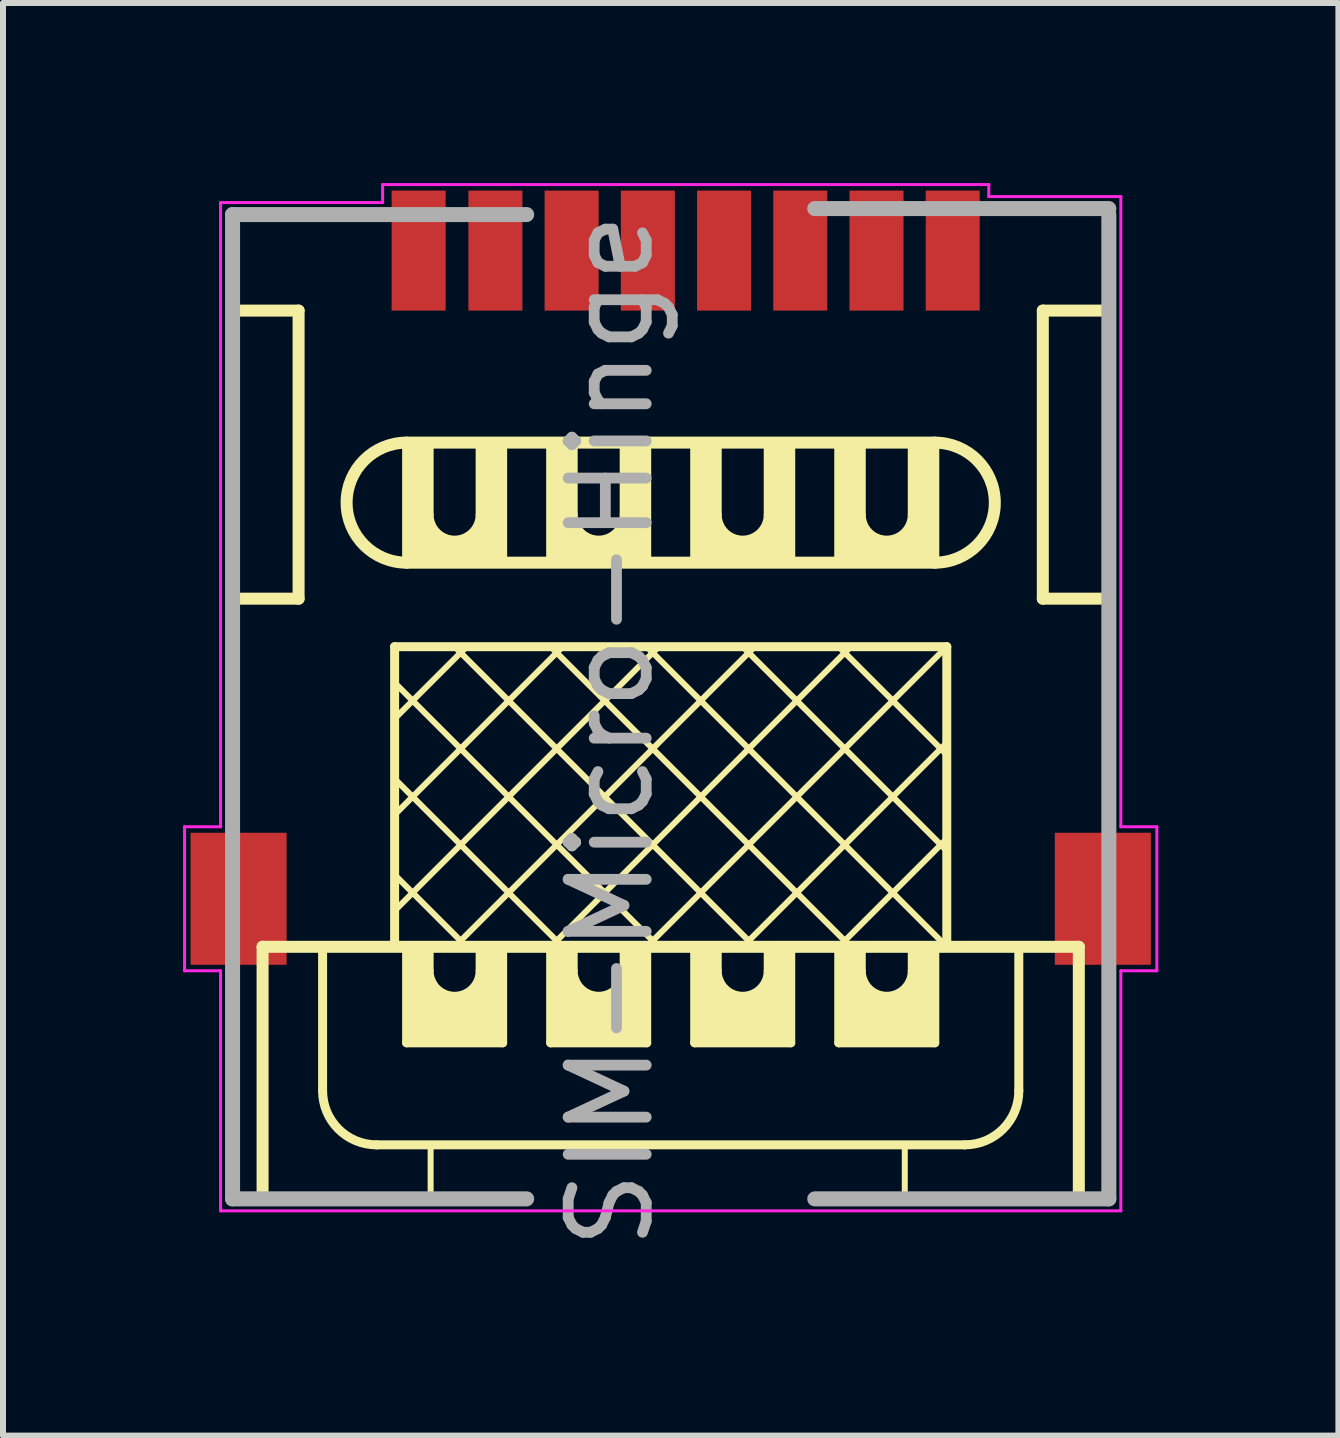
<source format=kicad_pcb>
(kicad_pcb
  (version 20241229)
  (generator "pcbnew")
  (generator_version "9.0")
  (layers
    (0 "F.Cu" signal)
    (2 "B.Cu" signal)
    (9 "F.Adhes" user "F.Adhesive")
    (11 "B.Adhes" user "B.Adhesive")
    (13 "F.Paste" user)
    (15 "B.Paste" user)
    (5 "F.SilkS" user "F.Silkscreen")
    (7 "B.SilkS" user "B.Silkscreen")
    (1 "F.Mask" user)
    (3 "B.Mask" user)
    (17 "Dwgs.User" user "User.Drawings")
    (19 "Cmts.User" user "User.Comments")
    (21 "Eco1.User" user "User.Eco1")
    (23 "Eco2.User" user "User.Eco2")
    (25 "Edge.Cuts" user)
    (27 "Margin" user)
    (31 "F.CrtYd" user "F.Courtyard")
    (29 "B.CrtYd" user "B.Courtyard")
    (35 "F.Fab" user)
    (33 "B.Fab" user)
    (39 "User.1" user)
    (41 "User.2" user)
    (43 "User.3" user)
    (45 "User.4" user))
  (footprint "SIM-Micro-Hinge"
    (layer "F.Cu")
    (at 8.125 1.125)
    (property "Reference" "SIM-Micro-Hinge" (at -1 8 90) (layer "F.Fab") (effects (font (size 1.3 1.3) (thickness 0.18))))
    (attr through_hole)
    (fp_line (start -7.3 1) (end -7.3 -0.6) (stroke (width 0.2) (type solid)) (layer "F.SilkS"))
    (fp_line (start -7.3 1) (end -6.2 1) (stroke (width 0.2) (type solid)) (layer "F.SilkS"))
    (fp_line (start -7.3 5.8) (end -7.3 1) (stroke (width 0.1) (type solid)) (layer "F.SilkS"))
    (fp_line (start -7.3 15.8) (end -7.3 5.8) (stroke (width 0.2) (type solid)) (layer "F.SilkS"))
    (fp_line (start -6.8 11.6) (end 6.8 11.6) (stroke (width 0.2) (type solid)) (layer "F.SilkS"))
    (fp_line (start -6.8 15.8) (end -7.3 15.8) (stroke (width 0.2) (type solid)) (layer "F.SilkS"))
    (fp_line (start -6.8 15.8) (end -6.8 11.6) (stroke (width 0.2) (type solid)) (layer "F.SilkS"))
    (fp_line (start -6.8 15.8) (end -4 15.8) (stroke (width 0.1) (type solid)) (layer "F.SilkS"))
    (fp_line (start -6.2 1) (end -6.2 5.8) (stroke (width 0.2) (type solid)) (layer "F.SilkS"))
    (fp_line (start -6.2 5.8) (end -7.3 5.8) (stroke (width 0.2) (type solid)) (layer "F.SilkS"))
    (fp_line (start -5.8 14) (end -5.8 11.6) (stroke (width 0.15) (type solid)) (layer "F.SilkS"))
    (fp_line (start -4.8 -0.6) (end -7.3 -0.6) (stroke (width 0.2) (type solid)) (layer "F.SilkS"))
    (fp_line (start -4.6 6.6) (end 4.6 6.6) (stroke (width 0.15) (type solid)) (layer "F.SilkS"))
    (fp_line (start -4.6 7.2) (end -0.2 11.6) (stroke (width 0.1) (type solid)) (layer "F.SilkS"))
    (fp_line (start -4.6 7.8) (end -3.4 6.6) (stroke (width 0.1) (type solid)) (layer "F.SilkS"))
    (fp_line (start -4.6 8.8) (end -1.8 11.6) (stroke (width 0.1) (type solid)) (layer "F.SilkS"))
    (fp_line (start -4.6 9.4) (end -1.8 6.6) (stroke (width 0.1) (type solid)) (layer "F.SilkS"))
    (fp_line (start -4.6 10.4) (end -3.4 11.6) (stroke (width 0.1) (type solid)) (layer "F.SilkS"))
    (fp_line (start -4.6 11) (end -0.2 6.6) (stroke (width 0.1) (type solid)) (layer "F.SilkS"))
    (fp_line (start -4.6 11.6) (end -4.6 6.6) (stroke (width 0.15) (type solid)) (layer "F.SilkS"))
    (fp_line (start -4.4 5.2) (end -4.4 3.2) (stroke (width 0.15) (type solid)) (layer "F.SilkS"))
    (fp_line (start -4.4 5.2) (end 4.4 5.2) (stroke (width 0.2) (type solid)) (layer "F.SilkS"))
    (fp_line (start -4.4 13.2) (end -4.4 11.6) (stroke (width 0.15) (type solid)) (layer "F.SilkS"))
    (fp_line (start -4.4 13.2) (end -2.8 13.2) (stroke (width 0.15) (type solid)) (layer "F.SilkS"))
    (fp_line (start -4 3.2) (end -4 4.4) (stroke (width 0.1) (type solid)) (layer "F.SilkS"))
    (fp_line (start -4 11.6) (end -4 12) (stroke (width 0.1) (type solid)) (layer "F.SilkS"))
    (fp_line (start -4 15.8) (end -4 14.9) (stroke (width 0.1) (type solid)) (layer "F.SilkS"))
    (fp_line (start -3.6 6.6) (end 1.4 11.6) (stroke (width 0.1) (type solid)) (layer "F.SilkS"))
    (fp_line (start -3.6 11.6) (end 1.4 6.6) (stroke (width 0.1) (type solid)) (layer "F.SilkS"))
    (fp_line (start -3.2 3.2) (end -3.2 4.4) (stroke (width 0.1) (type solid)) (layer "F.SilkS"))
    (fp_line (start -3.2 11.6) (end -3.2 12) (stroke (width 0.1) (type solid)) (layer "F.SilkS"))
    (fp_line (start -2.8 5.2) (end -2.8 3.2) (stroke (width 0.15) (type solid)) (layer "F.SilkS"))
    (fp_line (start -2.8 13.2) (end -2.8 11.6) (stroke (width 0.15) (type solid)) (layer "F.SilkS"))
    (fp_line (start -2 5.2) (end -2 3.2) (stroke (width 0.15) (type solid)) (layer "F.SilkS"))
    (fp_line (start -2 6.6) (end 3 11.6) (stroke (width 0.1) (type solid)) (layer "F.SilkS"))
    (fp_line (start -2 11.6) (end 3 6.6) (stroke (width 0.1) (type solid)) (layer "F.SilkS"))
    (fp_line (start -2 13.2) (end -2 11.6) (stroke (width 0.15) (type solid)) (layer "F.SilkS"))
    (fp_line (start -2 13.2) (end -0.4 13.2) (stroke (width 0.15) (type solid)) (layer "F.SilkS"))
    (fp_line (start -1.6 3.2) (end -1.6 4.4) (stroke (width 0.1) (type solid)) (layer "F.SilkS"))
    (fp_line (start -1.6 11.6) (end -1.6 12) (stroke (width 0.1) (type solid)) (layer "F.SilkS"))
    (fp_line (start -0.8 3.2) (end -0.8 4.4) (stroke (width 0.1) (type solid)) (layer "F.SilkS"))
    (fp_line (start -0.8 11.6) (end -0.8 12) (stroke (width 0.1) (type solid)) (layer "F.SilkS"))
    (fp_line (start -0.4 5.2) (end -0.4 3.2) (stroke (width 0.15) (type solid)) (layer "F.SilkS"))
    (fp_line (start -0.4 6.6) (end 4.6 11.6) (stroke (width 0.1) (type solid)) (layer "F.SilkS"))
    (fp_line (start -0.4 11.6) (end 4.6 6.6) (stroke (width 0.1) (type solid)) (layer "F.SilkS"))
    (fp_line (start -0.4 13.2) (end -0.4 11.6) (stroke (width 0.15) (type solid)) (layer "F.SilkS"))
    (fp_line (start 0.4 5.2) (end 0.4 3.2) (stroke (width 0.15) (type solid)) (layer "F.SilkS"))
    (fp_line (start 0.4 13.2) (end 0.4 11.6) (stroke (width 0.15) (type solid)) (layer "F.SilkS"))
    (fp_line (start 0.4 13.2) (end 2 13.2) (stroke (width 0.15) (type solid)) (layer "F.SilkS"))
    (fp_line (start 0.8 3.2) (end 0.8 4.4) (stroke (width 0.1) (type solid)) (layer "F.SilkS"))
    (fp_line (start 0.8 11.6) (end 0.8 12) (stroke (width 0.1) (type solid)) (layer "F.SilkS"))
    (fp_line (start 1.2 6.6) (end 4.6 10) (stroke (width 0.1) (type solid)) (layer "F.SilkS"))
    (fp_line (start 1.2 11.6) (end 4.6 8.2) (stroke (width 0.1) (type solid)) (layer "F.SilkS"))
    (fp_line (start 1.6 3.2) (end 1.6 4.4) (stroke (width 0.1) (type solid)) (layer "F.SilkS"))
    (fp_line (start 1.6 11.6) (end 1.6 12) (stroke (width 0.1) (type solid)) (layer "F.SilkS"))
    (fp_line (start 2 5.2) (end 2 3.2) (stroke (width 0.15) (type solid)) (layer "F.SilkS"))
    (fp_line (start 2 13.2) (end 2 11.6) (stroke (width 0.15) (type solid)) (layer "F.SilkS"))
    (fp_line (start 2.8 5.2) (end 2.8 3.2) (stroke (width 0.15) (type solid)) (layer "F.SilkS"))
    (fp_line (start 2.8 6.6) (end 4.6 8.4) (stroke (width 0.1) (type solid)) (layer "F.SilkS"))
    (fp_line (start 2.8 11.6) (end 4.6 9.8) (stroke (width 0.1) (type solid)) (layer "F.SilkS"))
    (fp_line (start 2.8 13.2) (end 2.8 11.6) (stroke (width 0.15) (type solid)) (layer "F.SilkS"))
    (fp_line (start 2.8 13.2) (end 4.4 13.2) (stroke (width 0.15) (type solid)) (layer "F.SilkS"))
    (fp_line (start 3.2 3.2) (end 3.2 4.4) (stroke (width 0.1) (type solid)) (layer "F.SilkS"))
    (fp_line (start 3.2 11.6) (end 3.2 12) (stroke (width 0.1) (type solid)) (layer "F.SilkS"))
    (fp_line (start 3.9 15.8) (end 3.9 14.9) (stroke (width 0.1) (type solid)) (layer "F.SilkS"))
    (fp_line (start 3.9 15.8) (end 6.8 15.8) (stroke (width 0.1) (type solid)) (layer "F.SilkS"))
    (fp_line (start 4 3.2) (end 4 4.4) (stroke (width 0.1) (type solid)) (layer "F.SilkS"))
    (fp_line (start 4 11.6) (end 4 12) (stroke (width 0.1) (type solid)) (layer "F.SilkS"))
    (fp_line (start 4.4 3.2) (end -4.4 3.2) (stroke (width 0.2) (type solid)) (layer "F.SilkS"))
    (fp_line (start 4.4 5.2) (end 4.4 3.2) (stroke (width 0.15) (type solid)) (layer "F.SilkS"))
    (fp_line (start 4.4 13.2) (end 4.4 11.6) (stroke (width 0.15) (type solid)) (layer "F.SilkS"))
    (fp_line (start 4.6 6.6) (end 4.6 11.6) (stroke (width 0.15) (type solid)) (layer "F.SilkS"))
    (fp_line (start 4.9 14.9) (end -4.9 14.9) (stroke (width 0.15) (type solid)) (layer "F.SilkS"))
    (fp_line (start 5.8 14) (end 5.8 11.6) (stroke (width 0.15) (type solid)) (layer "F.SilkS"))
    (fp_line (start 6.2 1) (end 7.3 1) (stroke (width 0.2) (type solid)) (layer "F.SilkS"))
    (fp_line (start 6.2 5.8) (end 6.2 1) (stroke (width 0.2) (type solid)) (layer "F.SilkS"))
    (fp_line (start 6.8 15.8) (end 6.8 11.6) (stroke (width 0.2) (type solid)) (layer "F.SilkS"))
    (fp_line (start 7.3 -0.7) (end 5.3 -0.7) (stroke (width 0.2) (type solid)) (layer "F.SilkS"))
    (fp_line (start 7.3 0.9) (end 7.3 -0.7) (stroke (width 0.2) (type solid)) (layer "F.SilkS"))
    (fp_line (start 7.3 5.8) (end 6.2 5.8) (stroke (width 0.2) (type solid)) (layer "F.SilkS"))
    (fp_line (start 7.3 5.8) (end 7.3 1) (stroke (width 0.1) (type solid)) (layer "F.SilkS"))
    (fp_line (start 7.3 15.8) (end 6.8 15.8) (stroke (width 0.2) (type solid)) (layer "F.SilkS"))
    (fp_line (start 7.3 15.8) (end 7.3 5.8) (stroke (width 0.2) (type solid)) (layer "F.SilkS"))
    (fp_arc (start -4.9 14.9) (mid -5.536396 14.636396) (end -5.8 14) (stroke (width 0.15) (type solid)) (layer "F.SilkS"))
    (fp_arc (start -4.4 5.2) (mid -5.4 4.2) (end -4.4 3.2) (stroke (width 0.2) (type solid)) (layer "F.SilkS"))
    (fp_arc (start -3.2 4.4) (mid -3.6 4.8) (end -4 4.4) (stroke (width 0.1) (type solid)) (layer "F.SilkS"))
    (fp_arc (start -3.2 12) (mid -3.6 12.4) (end -4 12) (stroke (width 0.1) (type solid)) (layer "F.SilkS"))
    (fp_arc (start -0.8 4.4) (mid -1.2 4.8) (end -1.6 4.4) (stroke (width 0.1) (type solid)) (layer "F.SilkS"))
    (fp_arc (start -0.8 12) (mid -1.2 12.4) (end -1.6 12) (stroke (width 0.1) (type solid)) (layer "F.SilkS"))
    (fp_arc (start 1.6 4.4) (mid 1.2 4.8) (end 0.8 4.4) (stroke (width 0.1) (type solid)) (layer "F.SilkS"))
    (fp_arc (start 1.6 12) (mid 1.2 12.4) (end 0.8 12) (stroke (width 0.1) (type solid)) (layer "F.SilkS"))
    (fp_arc (start 4 4.4) (mid 3.6 4.8) (end 3.2 4.4) (stroke (width 0.1) (type solid)) (layer "F.SilkS"))
    (fp_arc (start 4 12) (mid 3.6 12.4) (end 3.2 12) (stroke (width 0.1) (type solid)) (layer "F.SilkS"))
    (fp_arc (start 4.4 3.2) (mid 5.4 4.2) (end 4.4 5.2) (stroke (width 0.2) (type solid)) (layer "F.SilkS"))
    (fp_arc (start 5.8 14) (mid 5.536396 14.636396) (end 4.9 14.9) (stroke (width 0.15) (type solid)) (layer "F.SilkS"))
    (fp_poly (pts (xy -4 12.05) (xy -3.9 12.25) (xy -3.8 12.35) (xy -3.6 12.4) (xy -3.4 12.35) (xy -3.25 12.2) (xy -3.2 12.05) (xy -3.2 11.6) (xy -2.8 11.6) (xy -2.8 13.2) (xy -4.4 13.2) (xy -4.4 11.6) (xy -4 11.6)) (stroke (width 0.05) (type solid)) (fill yes) (layer "F.SilkS"))
    (fp_poly (pts (xy -1.6 12.05) (xy -1.5 12.25) (xy -1.4 12.35) (xy -1.2 12.4) (xy -1 12.35) (xy -0.85 12.2) (xy -0.8 12.05) (xy -0.8 11.6) (xy -0.4 11.6) (xy -0.4 13.2) (xy -2 13.2) (xy -2 11.6) (xy -1.6 11.6)) (stroke (width 0.05) (type solid)) (fill yes) (layer "F.SilkS"))
    (fp_poly (pts (xy 0.8 12.05) (xy 0.9 12.25) (xy 1 12.35) (xy 1.2 12.4) (xy 1.4 12.35) (xy 1.55 12.2) (xy 1.6 12.05) (xy 1.6 11.6) (xy 2 11.6) (xy 2 13.2) (xy 0.4 13.2) (xy 0.4 11.6) (xy 0.8 11.6)) (stroke (width 0.05) (type solid)) (fill yes) (layer "F.SilkS"))
    (fp_poly (pts (xy 3.2 12.05) (xy 3.3 12.25) (xy 3.4 12.35) (xy 3.6 12.4) (xy 3.8 12.35) (xy 3.95 12.2) (xy 4 12.05) (xy 4 11.6) (xy 4.4 11.6) (xy 4.4 13.2) (xy 2.8 13.2) (xy 2.8 11.6) (xy 3.2 11.6)) (stroke (width 0.05) (type solid)) (fill yes) (layer "F.SilkS"))
    (fp_poly (pts (xy -4 4.45) (xy -3.95 4.6) (xy -3.85 4.7) (xy -3.7 4.8) (xy -3.5 4.8) (xy -3.35 4.7) (xy -3.25 4.6) (xy -3.2 4.5) (xy -3.2 3.2) (xy -2.8 3.2) (xy -2.8 5.2) (xy -4.4 5.2) (xy -4.4 3.2) (xy -4 3.2)) (stroke (width 0.05) (type solid)) (fill yes) (layer "F.SilkS"))
    (fp_poly (pts (xy -1.6 4.45) (xy -1.55 4.6) (xy -1.45 4.7) (xy -1.3 4.8) (xy -1.1 4.8) (xy -0.95 4.7) (xy -0.85 4.6) (xy -0.8 4.5) (xy -0.8 3.2) (xy -0.4 3.2) (xy -0.4 5.2) (xy -2 5.2) (xy -2 3.2) (xy -1.6 3.2)) (stroke (width 0.05) (type solid)) (fill yes) (layer "F.SilkS"))
    (fp_poly (pts (xy 0.8 4.45) (xy 0.85 4.6) (xy 0.95 4.7) (xy 1.1 4.8) (xy 1.3 4.8) (xy 1.45 4.7) (xy 1.55 4.6) (xy 1.6 4.5) (xy 1.6 3.2) (xy 2 3.2) (xy 2 5.2) (xy 0.4 5.2) (xy 0.4 3.2) (xy 0.8 3.2)) (stroke (width 0.05) (type solid)) (fill yes) (layer "F.SilkS"))
    (fp_poly (pts (xy 3.2 4.45) (xy 3.25 4.6) (xy 3.35 4.7) (xy 3.5 4.8) (xy 3.7 4.8) (xy 3.85 4.7) (xy 3.95 4.6) (xy 4 4.5) (xy 4 3.2) (xy 4.4 3.2) (xy 4.4 5.2) (xy 2.8 5.2) (xy 2.8 3.2) (xy 3.2 3.2)) (stroke (width 0.05) (type solid)) (fill yes) (layer "F.SilkS"))
    (fp_line (start -8.1 9.6) (end -7.5 9.6) (stroke (width 0.05) (type solid)) (layer "F.CrtYd"))
    (fp_line (start -8.1 12) (end -8.1 9.6) (stroke (width 0.05) (type solid)) (layer "F.CrtYd"))
    (fp_line (start -8.1 12) (end -7.5 12) (stroke (width 0.05) (type solid)) (layer "F.CrtYd"))
    (fp_line (start -7.5 -0.8) (end -4.8 -0.8) (stroke (width 0.05) (type solid)) (layer "F.CrtYd"))
    (fp_line (start -7.5 9.6) (end -7.5 -0.8) (stroke (width 0.05) (type solid)) (layer "F.CrtYd"))
    (fp_line (start -7.5 16) (end -7.5 12) (stroke (width 0.05) (type solid)) (layer "F.CrtYd"))
    (fp_line (start -7.5 16) (end 7.5 16) (stroke (width 0.05) (type solid)) (layer "F.CrtYd"))
    (fp_line (start -4.8 -1.1) (end 5.3 -1.1) (stroke (width 0.05) (type solid)) (layer "F.CrtYd"))
    (fp_line (start -4.8 -0.8) (end -4.8 -1.1) (stroke (width 0.05) (type solid)) (layer "F.CrtYd"))
    (fp_line (start 5.3 -0.9) (end 5.3 -1.1) (stroke (width 0.05) (type solid)) (layer "F.CrtYd"))
    (fp_line (start 5.3 -0.9) (end 7.5 -0.9) (stroke (width 0.05) (type solid)) (layer "F.CrtYd"))
    (fp_line (start 7.5 9.6) (end 7.5 -0.9) (stroke (width 0.05) (type solid)) (layer "F.CrtYd"))
    (fp_line (start 7.5 9.6) (end 8.1 9.6) (stroke (width 0.05) (type solid)) (layer "F.CrtYd"))
    (fp_line (start 7.5 12) (end 8.1 12) (stroke (width 0.05) (type solid)) (layer "F.CrtYd"))
    (fp_line (start 7.5 16) (end 7.5 12) (stroke (width 0.05) (type solid)) (layer "F.CrtYd"))
    (fp_line (start 8.1 9.6) (end 8.1 12) (stroke (width 0.05) (type solid)) (layer "F.CrtYd"))
    (fp_line (start -7.3 -0.6) (end -7.3 15.8) (stroke (width 0.25) (type solid)) (layer "F.Fab"))
    (fp_line (start -2.4 -0.6) (end -7.3 -0.6) (stroke (width 0.25) (type solid)) (layer "F.Fab"))
    (fp_line (start -2.4 15.8) (end -7.3 15.8) (stroke (width 0.25) (type solid)) (layer "F.Fab"))
    (fp_line (start 7.3 -0.7) (end 2.4 -0.7) (stroke (width 0.25) (type solid)) (layer "F.Fab"))
    (fp_line (start 7.3 -0.6) (end 7.3 15.8) (stroke (width 0.25) (type solid)) (layer "F.Fab"))
    (fp_line (start 7.3 15.8) (end 2.4 15.8) (stroke (width 0.25) (type solid)) (layer "F.Fab"))
    (pad "" smd rect (at -7.2 10.8) (size 1.6 2.2) (layers "F.Cu" "F.Mask" "F.Paste"))
    (pad "" smd rect (at 7.2 10.8) (size 1.6 2.2) (layers "F.Cu" "F.Mask" "F.Paste"))
    (pad "1" smd rect (at 4.699 0) (size 0.9 2) (layers "F.Cu" "F.Mask" "F.Paste"))
    (pad "2" smd rect (at 2.159 0) (size 0.9 2) (layers "F.Cu" "F.Mask" "F.Paste"))
    (pad "3" smd rect (at -0.381 0) (size 0.9 2) (layers "F.Cu" "F.Mask" "F.Paste"))
    (pad "4" smd rect (at -2.921 0) (size 0.9 2) (layers "F.Cu" "F.Mask" "F.Paste"))
    (pad "5" smd rect (at 3.429 0) (size 0.9 2) (layers "F.Cu" "F.Mask" "F.Paste"))
    (pad "6" smd rect (at 0.889 0) (size 0.9 2) (layers "F.Cu" "F.Mask" "F.Paste"))
    (pad "7" smd rect (at -1.651 0) (size 0.9 2) (layers "F.Cu" "F.Mask" "F.Paste"))
    (pad "8" smd rect (at -4.2 0) (size 0.9 2) (layers "F.Cu" "F.Mask" "F.Paste")))
  (gr_rect
    (start -3 -3)
    (end 19.25 20.87)
    (stroke (width 0.1) (type default))
    (fill no)
    (layer "Edge.Cuts")))
</source>
